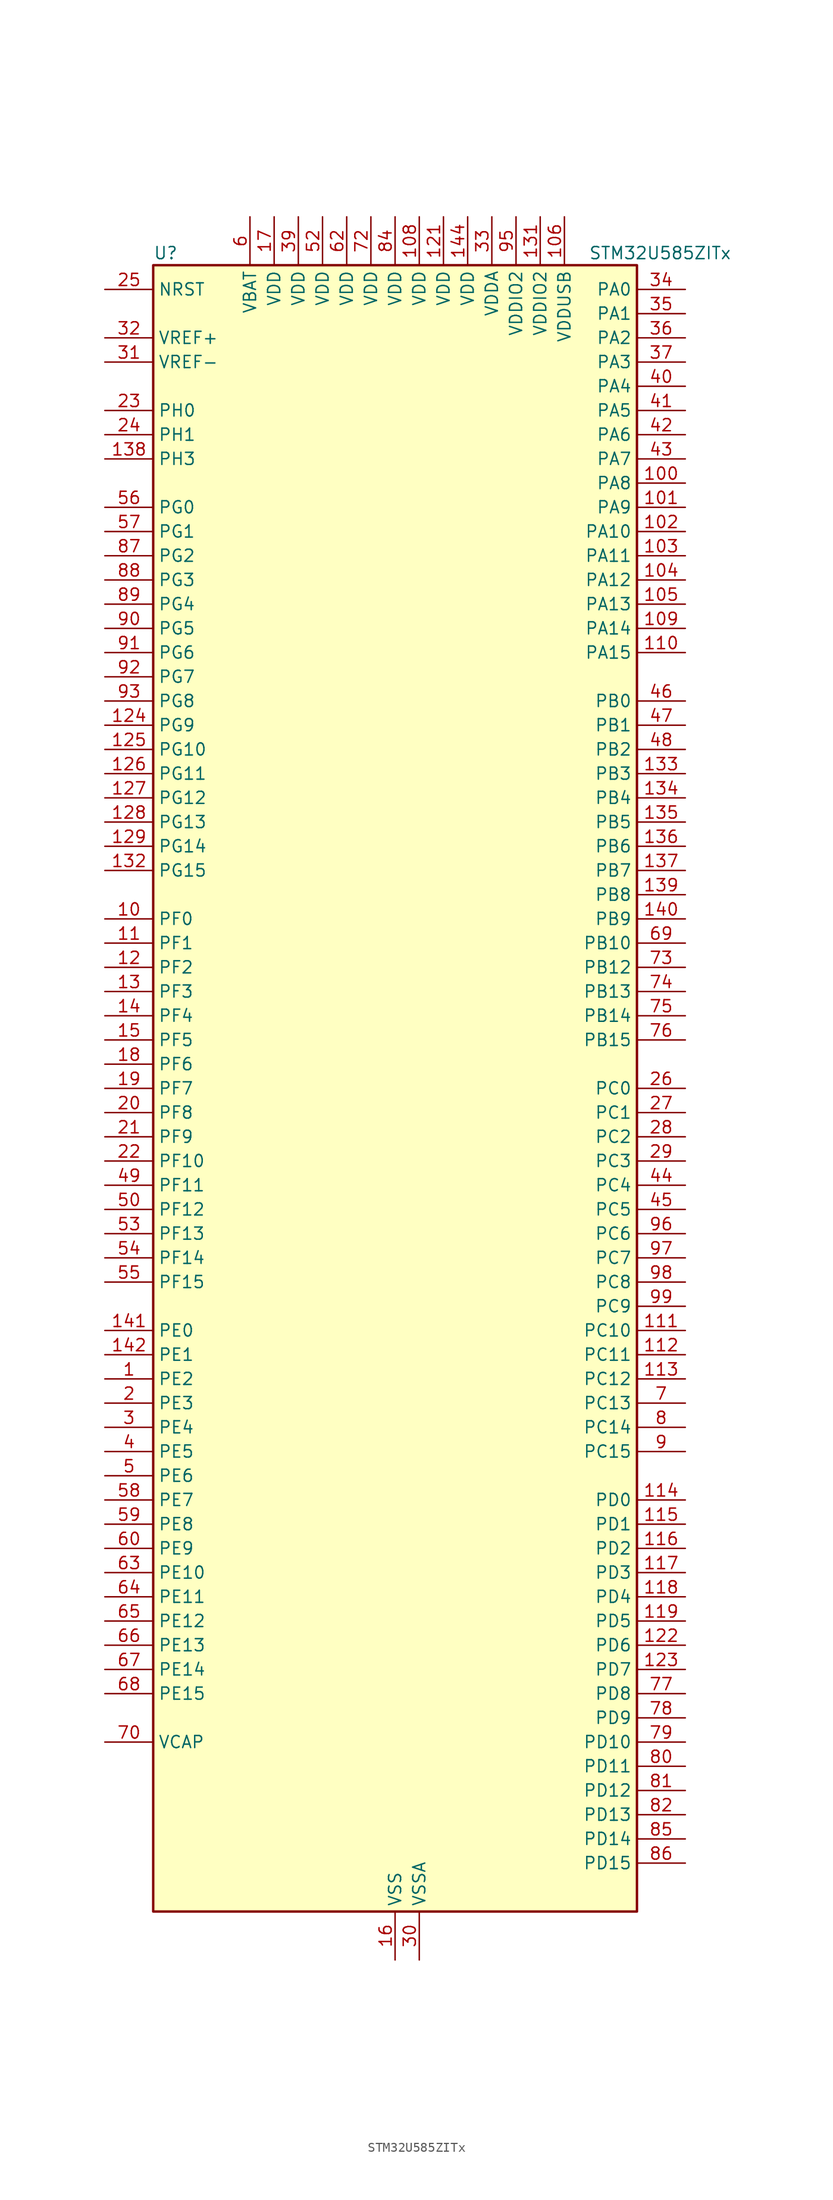
<source format=kicad_sym>
(kicad_symbol_lib
  (version 20211014)
  (generator kicad-library-utils)
  (symbol "STM32U585ZITx"
    (property "Reference" "U"
      (at -25.4 87.63 0)
      (effects (font (size 1.27 1.27)) (justify left)))
    (property "Value" "STM32U585ZITx"
      (at 20.32 87.63 0)
      (effects (font (size 1.27 1.27)) (justify left)))
    (property "ki_fp_filters" "LQFP*20x20mm*P0.5mm*"
      (at 0.0 0.0 0.0)
      (effects (font (size 1.27 1.27))))
    (symbol "STM32U585ZITx_0_1"
      (rectangle (start -25.4 -86.36) (end 25.4 86.36) (stroke (width 0.254)) (fill (type background))))
    (symbol "STM32U585ZITx_1_1"
      (pin input line (at -30.48 83.82 0) (length 5.08) (name "NRST" (effects (font (size 1.27 1.27)))) (number "25" (effects (font (size 1.27 1.27)))))
      (pin input line (at -30.48 78.74 0) (length 5.08) (name "VREF+" (effects (font (size 1.27 1.27)))) (number "32" (effects (font (size 1.27 1.27)))) (alternate "VREFBUF_OUT" bidirectional line))
      (pin input line (at -30.48 76.2 0) (length 5.08) (name "VREF-" (effects (font (size 1.27 1.27)))) (number "31" (effects (font (size 1.27 1.27)))))
      (pin bidirectional line (at -30.48 71.12 0) (length 5.08) (name "PH0" (effects (font (size 1.27 1.27)))) (number "23" (effects (font (size 1.27 1.27)))) (alternate "RCC_OSC_IN" bidirectional line))
      (pin bidirectional line (at -30.48 68.58 0) (length 5.08) (name "PH1" (effects (font (size 1.27 1.27)))) (number "24" (effects (font (size 1.27 1.27)))) (alternate "RCC_OSC_OUT" bidirectional line))
      (pin bidirectional line (at -30.48 66.04 0) (length 5.08) (name "PH3" (effects (font (size 1.27 1.27)))) (number "138" (effects (font (size 1.27 1.27)))))
      (pin bidirectional line (at -30.48 60.96 0) (length 5.08) (name "PG0" (effects (font (size 1.27 1.27)))) (number "56" (effects (font (size 1.27 1.27)))) (alternate "ADC4_IN7" bidirectional line) (alternate "FMC_A10" bidirectional line) (alternate "OCTOSPIM_P2_IO4" bidirectional line) (alternate "TSC_G8_IO3" bidirectional line))
      (pin bidirectional line (at -30.48 58.42 0) (length 5.08) (name "PG1" (effects (font (size 1.27 1.27)))) (number "57" (effects (font (size 1.27 1.27)))) (alternate "ADC4_IN8" bidirectional line) (alternate "FMC_A11" bidirectional line) (alternate "OCTOSPIM_P2_IO5" bidirectional line) (alternate "TSC_G8_IO4" bidirectional line))
      (pin bidirectional line (at -30.48 55.88 0) (length 5.08) (name "PG2" (effects (font (size 1.27 1.27)))) (number "87" (effects (font (size 1.27 1.27)))) (alternate "FMC_A12" bidirectional line) (alternate "SAI2_SCK_B" bidirectional line) (alternate "SPI1_SCK" bidirectional line))
      (pin bidirectional line (at -30.48 53.34 0) (length 5.08) (name "PG3" (effects (font (size 1.27 1.27)))) (number "88" (effects (font (size 1.27 1.27)))) (alternate "FMC_A13" bidirectional line) (alternate "SAI2_FS_B" bidirectional line) (alternate "SPI1_MISO" bidirectional line))
      (pin bidirectional line (at -30.48 50.8 0) (length 5.08) (name "PG4" (effects (font (size 1.27 1.27)))) (number "89" (effects (font (size 1.27 1.27)))) (alternate "FMC_A14" bidirectional line) (alternate "SAI2_MCLK_B" bidirectional line) (alternate "SPI1_MOSI" bidirectional line))
      (pin bidirectional line (at -30.48 48.26 0) (length 5.08) (name "PG5" (effects (font (size 1.27 1.27)))) (number "90" (effects (font (size 1.27 1.27)))) (alternate "FMC_A15" bidirectional line) (alternate "LPUART1_CTS" bidirectional line) (alternate "SAI2_SD_B" bidirectional line) (alternate "SPI1_NSS" bidirectional line))
      (pin bidirectional line (at -30.48 45.72 0) (length 5.08) (name "PG6" (effects (font (size 1.27 1.27)))) (number "91" (effects (font (size 1.27 1.27)))) (alternate "I2C3_SMBA" bidirectional line) (alternate "LPUART1_DE" bidirectional line) (alternate "LPUART1_RTS" bidirectional line) (alternate "OCTOSPIM_P1_DQS" bidirectional line) (alternate "SPI1_RDY" bidirectional line) (alternate "UCPD1_FRSTX1" bidirectional line))
      (pin bidirectional line (at -30.48 43.18 0) (length 5.08) (name "PG7" (effects (font (size 1.27 1.27)))) (number "92" (effects (font (size 1.27 1.27)))) (alternate "FMC_INT" bidirectional line) (alternate "I2C3_SCL" bidirectional line) (alternate "LPUART1_TX" bidirectional line) (alternate "MDF1_CCK0" bidirectional line) (alternate "OCTOSPIM_P2_DQS" bidirectional line) (alternate "SAI1_CK1" bidirectional line) (alternate "SAI1_MCLK_A" bidirectional line) (alternate "UCPD1_FRSTX2" bidirectional line))
      (pin bidirectional line (at -30.48 40.64 0) (length 5.08) (name "PG8" (effects (font (size 1.27 1.27)))) (number "93" (effects (font (size 1.27 1.27)))) (alternate "I2C3_SDA" bidirectional line) (alternate "LPUART1_RX" bidirectional line))
      (pin bidirectional line (at -30.48 38.1 0) (length 5.08) (name "PG9" (effects (font (size 1.27 1.27)))) (number "124" (effects (font (size 1.27 1.27)))) (alternate "DAC1_EXTI9" bidirectional line) (alternate "FMC_NCE" bidirectional line) (alternate "FMC_NE2" bidirectional line) (alternate "OCTOSPIM_P2_IO6" bidirectional line) (alternate "SAI2_SCK_A" bidirectional line) (alternate "SPI3_SCK" bidirectional line) (alternate "TIM15_CH1N" bidirectional line) (alternate "USART1_TX" bidirectional line))
      (pin bidirectional line (at -30.48 35.56 0) (length 5.08) (name "PG10" (effects (font (size 1.27 1.27)))) (number "125" (effects (font (size 1.27 1.27)))) (alternate "FMC_NE3" bidirectional line) (alternate "LPTIM1_IN1" bidirectional line) (alternate "OCTOSPIM_P2_IO7" bidirectional line) (alternate "SAI2_FS_A" bidirectional line) (alternate "SPI3_MISO" bidirectional line) (alternate "TIM15_CH1" bidirectional line) (alternate "USART1_RX" bidirectional line))
      (pin bidirectional line (at -30.48 33.02 0) (length 5.08) (name "PG11" (effects (font (size 1.27 1.27)))) (number "126" (effects (font (size 1.27 1.27)))) (alternate "ADC1_EXTI11" bidirectional line) (alternate "LPTIM1_IN2" bidirectional line) (alternate "OCTOSPIM_P1_IO5" bidirectional line) (alternate "SAI2_MCLK_A" bidirectional line) (alternate "SPI3_MOSI" bidirectional line) (alternate "TIM15_CH2" bidirectional line) (alternate "USART1_CTS" bidirectional line))
      (pin bidirectional line (at -30.48 30.48 0) (length 5.08) (name "PG12" (effects (font (size 1.27 1.27)))) (number "127" (effects (font (size 1.27 1.27)))) (alternate "FMC_NE4" bidirectional line) (alternate "LPTIM1_ETR" bidirectional line) (alternate "OCTOSPIM_P2_NCS" bidirectional line) (alternate "SAI2_SD_A" bidirectional line) (alternate "SPI3_NSS" bidirectional line) (alternate "USART1_DE" bidirectional line) (alternate "USART1_RTS" bidirectional line))
      (pin bidirectional line (at -30.48 27.94 0) (length 5.08) (name "PG13" (effects (font (size 1.27 1.27)))) (number "128" (effects (font (size 1.27 1.27)))) (alternate "FMC_A24" bidirectional line) (alternate "I2C1_SDA" bidirectional line) (alternate "SPI3_RDY" bidirectional line) (alternate "USART1_CK" bidirectional line))
      (pin bidirectional line (at -30.48 25.4 0) (length 5.08) (name "PG14" (effects (font (size 1.27 1.27)))) (number "129" (effects (font (size 1.27 1.27)))) (alternate "FMC_A25" bidirectional line) (alternate "I2C1_SCL" bidirectional line) (alternate "LPTIM1_CH2" bidirectional line))
      (pin bidirectional line (at -30.48 22.86 0) (length 5.08) (name "PG15" (effects (font (size 1.27 1.27)))) (number "132" (effects (font (size 1.27 1.27)))) (alternate "ADC1_EXTI15" bidirectional line) (alternate "ADC4_EXTI15" bidirectional line) (alternate "DCMI_D13" bidirectional line) (alternate "I2C1_SMBA" bidirectional line) (alternate "LPTIM1_CH1" bidirectional line) (alternate "OCTOSPIM_P2_DQS" bidirectional line) (alternate "PSSI_D13" bidirectional line))
      (pin bidirectional line (at -30.48 17.78 0) (length 5.08) (name "PF0" (effects (font (size 1.27 1.27)))) (number "10" (effects (font (size 1.27 1.27)))) (alternate "FMC_A0" bidirectional line) (alternate "I2C2_SDA" bidirectional line) (alternate "OCTOSPIM_P2_IO0" bidirectional line))
      (pin bidirectional line (at -30.48 15.24 0) (length 5.08) (name "PF1" (effects (font (size 1.27 1.27)))) (number "11" (effects (font (size 1.27 1.27)))) (alternate "FMC_A1" bidirectional line) (alternate "I2C2_SCL" bidirectional line) (alternate "OCTOSPIM_P2_IO1" bidirectional line))
      (pin bidirectional line (at -30.48 12.7 0) (length 5.08) (name "PF2" (effects (font (size 1.27 1.27)))) (number "12" (effects (font (size 1.27 1.27)))) (alternate "FMC_A2" bidirectional line) (alternate "I2C2_SMBA" bidirectional line) (alternate "LPTIM3_CH2" bidirectional line) (alternate "OCTOSPIM_P2_IO2" bidirectional line) (alternate "PWR_WKUP8" bidirectional line))
      (pin bidirectional line (at -30.48 10.16 0) (length 5.08) (name "PF3" (effects (font (size 1.27 1.27)))) (number "13" (effects (font (size 1.27 1.27)))) (alternate "FMC_A3" bidirectional line) (alternate "LPTIM3_IN1" bidirectional line) (alternate "OCTOSPIM_P2_IO3" bidirectional line))
      (pin bidirectional line (at -30.48 7.62 0) (length 5.08) (name "PF4" (effects (font (size 1.27 1.27)))) (number "14" (effects (font (size 1.27 1.27)))) (alternate "FMC_A4" bidirectional line) (alternate "LPTIM3_ETR" bidirectional line) (alternate "OCTOSPIM_P2_CLK" bidirectional line))
      (pin bidirectional line (at -30.48 5.08 0) (length 5.08) (name "PF5" (effects (font (size 1.27 1.27)))) (number "15" (effects (font (size 1.27 1.27)))) (alternate "FMC_A5" bidirectional line) (alternate "LPTIM3_CH1" bidirectional line) (alternate "OCTOSPIM_P2_NCLK" bidirectional line))
      (pin bidirectional line (at -30.48 2.54 0) (length 5.08) (name "PF6" (effects (font (size 1.27 1.27)))) (number "18" (effects (font (size 1.27 1.27)))) (alternate "DCMI_D12" bidirectional line) (alternate "OCTOSPIM_P1_IO3" bidirectional line) (alternate "OCTOSPIM_P2_NCS" bidirectional line) (alternate "PSSI_D12" bidirectional line) (alternate "SAI1_SD_B" bidirectional line) (alternate "TIM5_CH1" bidirectional line) (alternate "TIM5_ETR" bidirectional line))
      (pin bidirectional line (at -30.48 0.0 0) (length 5.08) (name "PF7" (effects (font (size 1.27 1.27)))) (number "19" (effects (font (size 1.27 1.27)))) (alternate "FDCAN1_RX" bidirectional line) (alternate "OCTOSPIM_P1_IO2" bidirectional line) (alternate "SAI1_MCLK_B" bidirectional line) (alternate "TIM5_CH2" bidirectional line))
      (pin bidirectional line (at -30.48 -2.54 0) (length 5.08) (name "PF8" (effects (font (size 1.27 1.27)))) (number "20" (effects (font (size 1.27 1.27)))) (alternate "FDCAN1_TX" bidirectional line) (alternate "OCTOSPIM_P1_IO0" bidirectional line) (alternate "PSSI_D14" bidirectional line) (alternate "SAI1_SCK_B" bidirectional line) (alternate "TIM5_CH3" bidirectional line))
      (pin bidirectional line (at -30.48 -5.08 0) (length 5.08) (name "PF9" (effects (font (size 1.27 1.27)))) (number "21" (effects (font (size 1.27 1.27)))) (alternate "DAC1_EXTI9" bidirectional line) (alternate "OCTOSPIM_P1_IO1" bidirectional line) (alternate "PSSI_D15" bidirectional line) (alternate "SAI1_FS_B" bidirectional line) (alternate "TIM15_CH1" bidirectional line) (alternate "TIM5_CH4" bidirectional line))
      (pin bidirectional line (at -30.48 -7.62 0) (length 5.08) (name "PF10" (effects (font (size 1.27 1.27)))) (number "22" (effects (font (size 1.27 1.27)))) (alternate "DCMI_D11" bidirectional line) (alternate "MDF1_CCK1" bidirectional line) (alternate "OCTOSPIM_P1_CLK" bidirectional line) (alternate "PSSI_D11" bidirectional line) (alternate "PSSI_D15" bidirectional line) (alternate "SAI1_D3" bidirectional line) (alternate "TIM15_CH2" bidirectional line))
      (pin bidirectional line (at -30.48 -10.16 0) (length 5.08) (name "PF11" (effects (font (size 1.27 1.27)))) (number "49" (effects (font (size 1.27 1.27)))) (alternate "ADC1_EXTI11" bidirectional line) (alternate "DCMI_D12" bidirectional line) (alternate "LPTIM4_IN1" bidirectional line) (alternate "OCTOSPIM_P1_NCLK" bidirectional line) (alternate "PSSI_D12" bidirectional line))
      (pin bidirectional line (at -30.48 -12.7 0) (length 5.08) (name "PF12" (effects (font (size 1.27 1.27)))) (number "50" (effects (font (size 1.27 1.27)))) (alternate "FMC_A6" bidirectional line) (alternate "LPTIM4_ETR" bidirectional line) (alternate "OCTOSPIM_P2_DQS" bidirectional line))
      (pin bidirectional line (at -30.48 -15.24 0) (length 5.08) (name "PF13" (effects (font (size 1.27 1.27)))) (number "53" (effects (font (size 1.27 1.27)))) (alternate "FMC_A7" bidirectional line) (alternate "I2C4_SMBA" bidirectional line) (alternate "LPTIM4_OUT" bidirectional line) (alternate "UCPD1_FRSTX2" bidirectional line))
      (pin bidirectional line (at -30.48 -17.78 0) (length 5.08) (name "PF14" (effects (font (size 1.27 1.27)))) (number "54" (effects (font (size 1.27 1.27)))) (alternate "ADC4_IN5" bidirectional line) (alternate "FMC_A8" bidirectional line) (alternate "I2C4_SCL" bidirectional line) (alternate "TSC_G8_IO1" bidirectional line))
      (pin bidirectional line (at -30.48 -20.32 0) (length 5.08) (name "PF15" (effects (font (size 1.27 1.27)))) (number "55" (effects (font (size 1.27 1.27)))) (alternate "ADC1_EXTI15" bidirectional line) (alternate "ADC4_EXTI15" bidirectional line) (alternate "ADC4_IN6" bidirectional line) (alternate "FMC_A9" bidirectional line) (alternate "I2C4_SDA" bidirectional line) (alternate "TSC_G8_IO2" bidirectional line))
      (pin bidirectional line (at -30.48 -25.4 0) (length 5.08) (name "PE0" (effects (font (size 1.27 1.27)))) (number "141" (effects (font (size 1.27 1.27)))) (alternate "DCMI_D2" bidirectional line) (alternate "FMC_NBL0" bidirectional line) (alternate "PSSI_D2" bidirectional line) (alternate "TIM16_CH1" bidirectional line) (alternate "TIM4_ETR" bidirectional line))
      (pin bidirectional line (at -30.48 -27.94 0) (length 5.08) (name "PE1" (effects (font (size 1.27 1.27)))) (number "142" (effects (font (size 1.27 1.27)))) (alternate "DCMI_D3" bidirectional line) (alternate "FMC_NBL1" bidirectional line) (alternate "PSSI_D3" bidirectional line) (alternate "TIM17_CH1" bidirectional line))
      (pin bidirectional line (at -30.48 -30.48 0) (length 5.08) (name "PE2" (effects (font (size 1.27 1.27)))) (number "1" (effects (font (size 1.27 1.27)))) (alternate "DEBUG_TRACECLK" bidirectional line) (alternate "FMC_A23" bidirectional line) (alternate "SAI1_CK1" bidirectional line) (alternate "SAI1_MCLK_A" bidirectional line) (alternate "TIM3_ETR" bidirectional line) (alternate "TSC_G7_IO1" bidirectional line))
      (pin bidirectional line (at -30.48 -33.02 0) (length 5.08) (name "PE3" (effects (font (size 1.27 1.27)))) (number "2" (effects (font (size 1.27 1.27)))) (alternate "DEBUG_TRACED0" bidirectional line) (alternate "FMC_A19" bidirectional line) (alternate "OCTOSPIM_P1_DQS" bidirectional line) (alternate "SAI1_SD_B" bidirectional line) (alternate "TAMP_IN6" bidirectional line) (alternate "TAMP_OUT3" bidirectional line) (alternate "TIM3_CH1" bidirectional line) (alternate "TSC_G7_IO2" bidirectional line))
      (pin bidirectional line (at -30.48 -35.56 0) (length 5.08) (name "PE4" (effects (font (size 1.27 1.27)))) (number "3" (effects (font (size 1.27 1.27)))) (alternate "DCMI_D4" bidirectional line) (alternate "DEBUG_TRACED1" bidirectional line) (alternate "FMC_A20" bidirectional line) (alternate "MDF1_SDI3" bidirectional line) (alternate "PSSI_D4" bidirectional line) (alternate "PWR_WKUP1" bidirectional line) (alternate "SAI1_D2" bidirectional line) (alternate "SAI1_FS_A" bidirectional line) (alternate "TAMP_IN7" bidirectional line) (alternate "TAMP_OUT8" bidirectional line) (alternate "TIM3_CH2" bidirectional line) (alternate "TSC_G7_IO3" bidirectional line))
      (pin bidirectional line (at -30.48 -38.1 0) (length 5.08) (name "PE5" (effects (font (size 1.27 1.27)))) (number "4" (effects (font (size 1.27 1.27)))) (alternate "DCMI_D6" bidirectional line) (alternate "DEBUG_TRACED2" bidirectional line) (alternate "FMC_A21" bidirectional line) (alternate "MDF1_CKI3" bidirectional line) (alternate "PSSI_D6" bidirectional line) (alternate "PWR_WKUP2" bidirectional line) (alternate "SAI1_CK2" bidirectional line) (alternate "SAI1_SCK_A" bidirectional line) (alternate "TAMP_IN8" bidirectional line) (alternate "TAMP_OUT7" bidirectional line) (alternate "TIM3_CH3" bidirectional line) (alternate "TSC_G7_IO4" bidirectional line))
      (pin bidirectional line (at -30.48 -40.64 0) (length 5.08) (name "PE6" (effects (font (size 1.27 1.27)))) (number "5" (effects (font (size 1.27 1.27)))) (alternate "DCMI_D7" bidirectional line) (alternate "DEBUG_TRACED3" bidirectional line) (alternate "FMC_A22" bidirectional line) (alternate "PSSI_D7" bidirectional line) (alternate "PWR_WKUP3" bidirectional line) (alternate "SAI1_D1" bidirectional line) (alternate "SAI1_SD_A" bidirectional line) (alternate "TAMP_IN3" bidirectional line) (alternate "TAMP_OUT6" bidirectional line) (alternate "TIM3_CH4" bidirectional line))
      (pin bidirectional line (at -30.48 -43.18 0) (length 5.08) (name "PE7" (effects (font (size 1.27 1.27)))) (number "58" (effects (font (size 1.27 1.27)))) (alternate "FMC_D4" bidirectional line) (alternate "FMC_DA4" bidirectional line) (alternate "MDF1_SDI2" bidirectional line) (alternate "PWR_WKUP6" bidirectional line) (alternate "SAI1_SD_B" bidirectional line) (alternate "TIM1_ETR" bidirectional line))
      (pin bidirectional line (at -30.48 -45.72 0) (length 5.08) (name "PE8" (effects (font (size 1.27 1.27)))) (number "59" (effects (font (size 1.27 1.27)))) (alternate "FMC_D5" bidirectional line) (alternate "FMC_DA5" bidirectional line) (alternate "MDF1_CKI2" bidirectional line) (alternate "PWR_WKUP7" bidirectional line) (alternate "SAI1_SCK_B" bidirectional line) (alternate "TIM1_CH1N" bidirectional line))
      (pin bidirectional line (at -30.48 -48.26 0) (length 5.08) (name "PE9" (effects (font (size 1.27 1.27)))) (number "60" (effects (font (size 1.27 1.27)))) (alternate "ADF1_CCK0" bidirectional line) (alternate "DAC1_EXTI9" bidirectional line) (alternate "FMC_D6" bidirectional line) (alternate "FMC_DA6" bidirectional line) (alternate "MDF1_CCK0" bidirectional line) (alternate "OCTOSPIM_P1_NCLK" bidirectional line) (alternate "SAI1_FS_B" bidirectional line) (alternate "TIM1_CH1" bidirectional line))
      (pin bidirectional line (at -30.48 -50.8 0) (length 5.08) (name "PE10" (effects (font (size 1.27 1.27)))) (number "63" (effects (font (size 1.27 1.27)))) (alternate "ADF1_SDI0" bidirectional line) (alternate "FMC_D7" bidirectional line) (alternate "FMC_DA7" bidirectional line) (alternate "MDF1_SDI4" bidirectional line) (alternate "OCTOSPIM_P1_CLK" bidirectional line) (alternate "SAI1_MCLK_B" bidirectional line) (alternate "TIM1_CH2N" bidirectional line) (alternate "TSC_G5_IO1" bidirectional line))
      (pin bidirectional line (at -30.48 -53.34 0) (length 5.08) (name "PE11" (effects (font (size 1.27 1.27)))) (number "64" (effects (font (size 1.27 1.27)))) (alternate "ADC1_EXTI11" bidirectional line) (alternate "FMC_D8" bidirectional line) (alternate "FMC_DA8" bidirectional line) (alternate "MDF1_CKI4" bidirectional line) (alternate "OCTOSPIM_P1_NCS" bidirectional line) (alternate "SPI1_RDY" bidirectional line) (alternate "TIM1_CH2" bidirectional line) (alternate "TSC_G5_IO2" bidirectional line))
      (pin bidirectional line (at -30.48 -55.88 0) (length 5.08) (name "PE12" (effects (font (size 1.27 1.27)))) (number "65" (effects (font (size 1.27 1.27)))) (alternate "FMC_D9" bidirectional line) (alternate "FMC_DA9" bidirectional line) (alternate "MDF1_SDI5" bidirectional line) (alternate "OCTOSPIM_P1_IO0" bidirectional line) (alternate "SPI1_NSS" bidirectional line) (alternate "TIM1_CH3N" bidirectional line) (alternate "TSC_G5_IO3" bidirectional line))
      (pin bidirectional line (at -30.48 -58.42 0) (length 5.08) (name "PE13" (effects (font (size 1.27 1.27)))) (number "66" (effects (font (size 1.27 1.27)))) (alternate "FMC_D10" bidirectional line) (alternate "FMC_DA10" bidirectional line) (alternate "MDF1_CKI5" bidirectional line) (alternate "OCTOSPIM_P1_IO1" bidirectional line) (alternate "SPI1_SCK" bidirectional line) (alternate "TIM1_CH3" bidirectional line) (alternate "TSC_G5_IO4" bidirectional line))
      (pin bidirectional line (at -30.48 -60.96 0) (length 5.08) (name "PE14" (effects (font (size 1.27 1.27)))) (number "67" (effects (font (size 1.27 1.27)))) (alternate "FMC_D11" bidirectional line) (alternate "FMC_DA11" bidirectional line) (alternate "OCTOSPIM_P1_IO2" bidirectional line) (alternate "SPI1_MISO" bidirectional line) (alternate "TIM1_BKIN2" bidirectional line) (alternate "TIM1_CH4" bidirectional line))
      (pin bidirectional line (at -30.48 -63.5 0) (length 5.08) (name "PE15" (effects (font (size 1.27 1.27)))) (number "68" (effects (font (size 1.27 1.27)))) (alternate "ADC1_EXTI15" bidirectional line) (alternate "ADC4_EXTI15" bidirectional line) (alternate "FMC_D12" bidirectional line) (alternate "FMC_DA12" bidirectional line) (alternate "OCTOSPIM_P1_IO3" bidirectional line) (alternate "SPI1_MOSI" bidirectional line) (alternate "TIM1_BKIN" bidirectional line) (alternate "TIM1_CH4N" bidirectional line))
      (pin power_out line (at -30.48 -68.58 0) (length 5.08) (name "VCAP" (effects (font (size 1.27 1.27)))) (number "70" (effects (font (size 1.27 1.27)))))
      (pin bidirectional line (at 30.48 83.82 180) (length 5.08) (name "PA0" (effects (font (size 1.27 1.27)))) (number "34" (effects (font (size 1.27 1.27)))) (alternate "ADC1_IN5" bidirectional line) (alternate "AUDIOCLK" bidirectional line) (alternate "OCTOSPIM_P2_NCS" bidirectional line) (alternate "OPAMP1_VINP" bidirectional line) (alternate "PWR_WKUP1" bidirectional line) (alternate "SDMMC2_CMD" bidirectional line) (alternate "SPI3_RDY" bidirectional line) (alternate "TAMP_IN2" bidirectional line) (alternate "TAMP_OUT1" bidirectional line) (alternate "TIM2_CH1" bidirectional line) (alternate "TIM2_ETR" bidirectional line) (alternate "TIM5_CH1" bidirectional line) (alternate "TIM8_ETR" bidirectional line) (alternate "UART4_TX" bidirectional line) (alternate "USART2_CTS" bidirectional line))
      (pin bidirectional line (at 30.48 81.28 180) (length 5.08) (name "PA1" (effects (font (size 1.27 1.27)))) (number "35" (effects (font (size 1.27 1.27)))) (alternate "ADC1_IN6" bidirectional line) (alternate "I2C1_SMBA" bidirectional line) (alternate "LPTIM1_CH2" bidirectional line) (alternate "OCTOSPIM_P1_DQS" bidirectional line) (alternate "OPAMP1_VINM" bidirectional line) (alternate "PWR_WKUP3" bidirectional line) (alternate "SPI1_SCK" bidirectional line) (alternate "TAMP_IN5" bidirectional line) (alternate "TAMP_OUT4" bidirectional line) (alternate "TIM15_CH1N" bidirectional line) (alternate "TIM2_CH2" bidirectional line) (alternate "TIM5_CH2" bidirectional line) (alternate "UART4_RX" bidirectional line) (alternate "USART2_DE" bidirectional line) (alternate "USART2_RTS" bidirectional line))
      (pin bidirectional line (at 30.48 78.74 180) (length 5.08) (name "PA2" (effects (font (size 1.27 1.27)))) (number "36" (effects (font (size 1.27 1.27)))) (alternate "ADC1_IN7" bidirectional line) (alternate "COMP1_INP" bidirectional line) (alternate "LPUART1_TX" bidirectional line) (alternate "OCTOSPIM_P1_NCS" bidirectional line) (alternate "PWR_WKUP4" bidirectional line) (alternate "RCC_LSCO" bidirectional line) (alternate "SPI1_RDY" bidirectional line) (alternate "TIM15_CH1" bidirectional line) (alternate "TIM2_CH3" bidirectional line) (alternate "TIM5_CH3" bidirectional line) (alternate "UCPD1_FRSTX1" bidirectional line) (alternate "USART2_TX" bidirectional line))
      (pin bidirectional line (at 30.48 76.2 180) (length 5.08) (name "PA3" (effects (font (size 1.27 1.27)))) (number "37" (effects (font (size 1.27 1.27)))) (alternate "ADC1_IN8" bidirectional line) (alternate "LPUART1_RX" bidirectional line) (alternate "OCTOSPIM_P1_CLK" bidirectional line) (alternate "OPAMP1_VOUT" bidirectional line) (alternate "PWR_WKUP5" bidirectional line) (alternate "SAI1_CK1" bidirectional line) (alternate "SAI1_MCLK_A" bidirectional line) (alternate "TIM15_CH2" bidirectional line) (alternate "TIM2_CH4" bidirectional line) (alternate "TIM5_CH4" bidirectional line) (alternate "USART2_RX" bidirectional line))
      (pin bidirectional line (at 30.48 73.66 180) (length 5.08) (name "PA4" (effects (font (size 1.27 1.27)))) (number "40" (effects (font (size 1.27 1.27)))) (alternate "ADC1_IN9" bidirectional line) (alternate "ADC4_IN9" bidirectional line) (alternate "DAC1_OUT1" bidirectional line) (alternate "DCMI_HSYNC" bidirectional line) (alternate "LPTIM2_CH1" bidirectional line) (alternate "OCTOSPIM_P1_NCS" bidirectional line) (alternate "PSSI_DE" bidirectional line) (alternate "PWR_WKUP2" bidirectional line) (alternate "SAI1_FS_B" bidirectional line) (alternate "SPI1_NSS" bidirectional line) (alternate "SPI3_NSS" bidirectional line) (alternate "USART2_CK" bidirectional line))
      (pin bidirectional line (at 30.48 71.12 180) (length 5.08) (name "PA5" (effects (font (size 1.27 1.27)))) (number "41" (effects (font (size 1.27 1.27)))) (alternate "ADC1_IN10" bidirectional line) (alternate "ADC4_IN10" bidirectional line) (alternate "DAC1_OUT2" bidirectional line) (alternate "LPTIM2_ETR" bidirectional line) (alternate "PSSI_D14" bidirectional line) (alternate "PWR_CSLEEP" bidirectional line) (alternate "PWR_WKUP6" bidirectional line) (alternate "SPI1_SCK" bidirectional line) (alternate "TIM2_CH1" bidirectional line) (alternate "TIM2_ETR" bidirectional line) (alternate "TIM8_CH1N" bidirectional line) (alternate "USART3_RX" bidirectional line))
      (pin bidirectional line (at 30.48 68.58 180) (length 5.08) (name "PA6" (effects (font (size 1.27 1.27)))) (number "42" (effects (font (size 1.27 1.27)))) (alternate "ADC1_IN11" bidirectional line) (alternate "ADC4_IN11" bidirectional line) (alternate "DCMI_PIXCLK" bidirectional line) (alternate "LPUART1_CTS" bidirectional line) (alternate "OCTOSPIM_P1_IO3" bidirectional line) (alternate "OPAMP2_VINP" bidirectional line) (alternate "PSSI_PDCK" bidirectional line) (alternate "PWR_CDSTOP" bidirectional line) (alternate "PWR_WKUP7" bidirectional line) (alternate "SPI1_MISO" bidirectional line) (alternate "TIM16_CH1" bidirectional line) (alternate "TIM1_BKIN" bidirectional line) (alternate "TIM3_CH1" bidirectional line) (alternate "TIM8_BKIN" bidirectional line) (alternate "USART3_CTS" bidirectional line))
      (pin bidirectional line (at 30.48 66.04 180) (length 5.08) (name "PA7" (effects (font (size 1.27 1.27)))) (number "43" (effects (font (size 1.27 1.27)))) (alternate "ADC1_IN12" bidirectional line) (alternate "ADC4_IN20" bidirectional line) (alternate "I2C3_SCL" bidirectional line) (alternate "LPTIM2_CH2" bidirectional line) (alternate "OCTOSPIM_P1_IO2" bidirectional line) (alternate "OPAMP2_VINM" bidirectional line) (alternate "PWR_SRDSTOP" bidirectional line) (alternate "PWR_WKUP8" bidirectional line) (alternate "SPI1_MOSI" bidirectional line) (alternate "TIM17_CH1" bidirectional line) (alternate "TIM1_CH1N" bidirectional line) (alternate "TIM3_CH2" bidirectional line) (alternate "TIM8_CH1N" bidirectional line) (alternate "USART3_TX" bidirectional line))
      (pin bidirectional line (at 30.48 63.5 180) (length 5.08) (name "PA8" (effects (font (size 1.27 1.27)))) (number "100" (effects (font (size 1.27 1.27)))) (alternate "DEBUG_TRACECLK" bidirectional line) (alternate "LPTIM2_CH1" bidirectional line) (alternate "RCC_MCO" bidirectional line) (alternate "SAI1_CK2" bidirectional line) (alternate "SAI1_SCK_A" bidirectional line) (alternate "SPI1_RDY" bidirectional line) (alternate "TIM1_CH1" bidirectional line) (alternate "USART1_CK" bidirectional line) (alternate "USB_OTG_FS_SOF" bidirectional line))
      (pin bidirectional line (at 30.48 60.96 180) (length 5.08) (name "PA9" (effects (font (size 1.27 1.27)))) (number "101" (effects (font (size 1.27 1.27)))) (alternate "DAC1_EXTI9" bidirectional line) (alternate "DCMI_D0" bidirectional line) (alternate "PSSI_D0" bidirectional line) (alternate "SAI1_FS_A" bidirectional line) (alternate "SPI2_SCK" bidirectional line) (alternate "TIM15_BKIN" bidirectional line) (alternate "TIM1_CH2" bidirectional line) (alternate "USART1_TX" bidirectional line) (alternate "USB_OTG_FS_VBUS" bidirectional line))
      (pin bidirectional line (at 30.48 58.42 180) (length 5.08) (name "PA10" (effects (font (size 1.27 1.27)))) (number "102" (effects (font (size 1.27 1.27)))) (alternate "CRS_SYNC" bidirectional line) (alternate "DCMI_D1" bidirectional line) (alternate "LPTIM2_IN2" bidirectional line) (alternate "PSSI_D1" bidirectional line) (alternate "SAI1_D1" bidirectional line) (alternate "SAI1_SD_A" bidirectional line) (alternate "TIM17_BKIN" bidirectional line) (alternate "TIM1_CH3" bidirectional line) (alternate "USART1_RX" bidirectional line) (alternate "USB_OTG_FS_ID" bidirectional line))
      (pin bidirectional line (at 30.48 55.88 180) (length 5.08) (name "PA11" (effects (font (size 1.27 1.27)))) (number "103" (effects (font (size 1.27 1.27)))) (alternate "ADC1_EXTI11" bidirectional line) (alternate "FDCAN1_RX" bidirectional line) (alternate "SPI1_MISO" bidirectional line) (alternate "TIM1_BKIN2" bidirectional line) (alternate "TIM1_CH4" bidirectional line) (alternate "USART1_CTS" bidirectional line) (alternate "USB_OTG_FS_DM" bidirectional line))
      (pin bidirectional line (at 30.48 53.34 180) (length 5.08) (name "PA12" (effects (font (size 1.27 1.27)))) (number "104" (effects (font (size 1.27 1.27)))) (alternate "FDCAN1_TX" bidirectional line) (alternate "OCTOSPIM_P2_NCS" bidirectional line) (alternate "SPI1_MOSI" bidirectional line) (alternate "TIM1_ETR" bidirectional line) (alternate "USART1_DE" bidirectional line) (alternate "USART1_RTS" bidirectional line) (alternate "USB_OTG_FS_DP" bidirectional line))
      (pin bidirectional line (at 30.48 50.8 180) (length 5.08) (name "PA13" (effects (font (size 1.27 1.27)))) (number "105" (effects (font (size 1.27 1.27)))) (alternate "DEBUG_JTMS-SWDIO" bidirectional line) (alternate "IR_OUT" bidirectional line) (alternate "SAI1_SD_B" bidirectional line) (alternate "USB_OTG_FS_NOE" bidirectional line))
      (pin bidirectional line (at 30.48 48.26 180) (length 5.08) (name "PA14" (effects (font (size 1.27 1.27)))) (number "109" (effects (font (size 1.27 1.27)))) (alternate "DEBUG_JTCK-SWCLK" bidirectional line) (alternate "I2C1_SMBA" bidirectional line) (alternate "I2C4_SMBA" bidirectional line) (alternate "LPTIM1_CH1" bidirectional line) (alternate "SAI1_FS_B" bidirectional line) (alternate "USB_OTG_FS_SOF" bidirectional line))
      (pin bidirectional line (at 30.48 45.72 180) (length 5.08) (name "PA15" (effects (font (size 1.27 1.27)))) (number "110" (effects (font (size 1.27 1.27)))) (alternate "ADC1_EXTI15" bidirectional line) (alternate "ADC4_EXTI15" bidirectional line) (alternate "DEBUG_JTDI" bidirectional line) (alternate "SAI2_FS_B" bidirectional line) (alternate "SPI1_NSS" bidirectional line) (alternate "SPI3_NSS" bidirectional line) (alternate "TIM2_CH1" bidirectional line) (alternate "TIM2_ETR" bidirectional line) (alternate "UART4_DE" bidirectional line) (alternate "UART4_RTS" bidirectional line) (alternate "UCPD1_CC1" bidirectional line) (alternate "USART2_RX" bidirectional line) (alternate "USART3_DE" bidirectional line) (alternate "USART3_RTS" bidirectional line))
      (pin bidirectional line (at 30.48 40.64 180) (length 5.08) (name "PB0" (effects (font (size 1.27 1.27)))) (number "46" (effects (font (size 1.27 1.27)))) (alternate "ADC1_IN15" bidirectional line) (alternate "ADC4_IN18" bidirectional line) (alternate "AUDIOCLK" bidirectional line) (alternate "COMP1_OUT" bidirectional line) (alternate "LPTIM3_CH1" bidirectional line) (alternate "OCTOSPIM_P1_IO1" bidirectional line) (alternate "OPAMP2_VOUT" bidirectional line) (alternate "SPI1_NSS" bidirectional line) (alternate "TIM1_CH2N" bidirectional line) (alternate "TIM3_CH3" bidirectional line) (alternate "TIM8_CH2N" bidirectional line) (alternate "USART3_CK" bidirectional line))
      (pin bidirectional line (at 30.48 38.1 180) (length 5.08) (name "PB1" (effects (font (size 1.27 1.27)))) (number "47" (effects (font (size 1.27 1.27)))) (alternate "ADC1_IN16" bidirectional line) (alternate "ADC4_IN19" bidirectional line) (alternate "COMP1_INM" bidirectional line) (alternate "LPTIM2_IN1" bidirectional line) (alternate "LPTIM3_CH2" bidirectional line) (alternate "LPUART1_DE" bidirectional line) (alternate "LPUART1_RTS" bidirectional line) (alternate "MDF1_SDI0" bidirectional line) (alternate "OCTOSPIM_P1_IO0" bidirectional line) (alternate "PWR_WKUP4" bidirectional line) (alternate "TIM1_CH3N" bidirectional line) (alternate "TIM3_CH4" bidirectional line) (alternate "TIM8_CH3N" bidirectional line) (alternate "USART3_DE" bidirectional line) (alternate "USART3_RTS" bidirectional line))
      (pin bidirectional line (at 30.48 35.56 180) (length 5.08) (name "PB2" (effects (font (size 1.27 1.27)))) (number "48" (effects (font (size 1.27 1.27)))) (alternate "ADC1_IN17" bidirectional line) (alternate "COMP1_INP" bidirectional line) (alternate "I2C3_SMBA" bidirectional line) (alternate "LPTIM1_CH1" bidirectional line) (alternate "MDF1_CKI0" bidirectional line) (alternate "OCTOSPIM_P1_DQS" bidirectional line) (alternate "PWR_WKUP1" bidirectional line) (alternate "RTC_OUT2" bidirectional line) (alternate "SPI1_RDY" bidirectional line) (alternate "TIM8_CH4N" bidirectional line) (alternate "UCPD1_FRSTX1" bidirectional line))
      (pin bidirectional line (at 30.48 33.02 180) (length 5.08) (name "PB3" (effects (font (size 1.27 1.27)))) (number "133" (effects (font (size 1.27 1.27)))) (alternate "ADF1_CCK0" bidirectional line) (alternate "COMP2_INM" bidirectional line) (alternate "CRS_SYNC" bidirectional line) (alternate "DEBUG_JTDO-SWO" bidirectional line) (alternate "I2C1_SDA" bidirectional line) (alternate "LPTIM1_CH1" bidirectional line) (alternate "SAI1_SCK_B" bidirectional line) (alternate "SDMMC2_D2" bidirectional line) (alternate "SPI1_SCK" bidirectional line) (alternate "SPI3_SCK" bidirectional line) (alternate "TIM2_CH2" bidirectional line) (alternate "USART1_DE" bidirectional line) (alternate "USART1_RTS" bidirectional line))
      (pin bidirectional line (at 30.48 30.48 180) (length 5.08) (name "PB4" (effects (font (size 1.27 1.27)))) (number "134" (effects (font (size 1.27 1.27)))) (alternate "ADF1_SDI0" bidirectional line) (alternate "COMP2_INP" bidirectional line) (alternate "DCMI_D12" bidirectional line) (alternate "DEBUG_JTRST" bidirectional line) (alternate "I2C3_SDA" bidirectional line) (alternate "LPTIM1_CH2" bidirectional line) (alternate "PSSI_D12" bidirectional line) (alternate "SAI1_MCLK_B" bidirectional line) (alternate "SDMMC2_D3" bidirectional line) (alternate "SPI1_MISO" bidirectional line) (alternate "SPI3_MISO" bidirectional line) (alternate "TIM17_BKIN" bidirectional line) (alternate "TIM3_CH1" bidirectional line) (alternate "TSC_G2_IO1" bidirectional line) (alternate "UART5_DE" bidirectional line) (alternate "UART5_RTS" bidirectional line) (alternate "USART1_CTS" bidirectional line))
      (pin bidirectional line (at 30.48 27.94 180) (length 5.08) (name "PB5" (effects (font (size 1.27 1.27)))) (number "135" (effects (font (size 1.27 1.27)))) (alternate "COMP2_OUT" bidirectional line) (alternate "DCMI_D10" bidirectional line) (alternate "I2C1_SMBA" bidirectional line) (alternate "LPTIM1_IN1" bidirectional line) (alternate "OCTOSPIM_P1_NCLK" bidirectional line) (alternate "PSSI_D10" bidirectional line) (alternate "PWR_WKUP6" bidirectional line) (alternate "SAI1_SD_B" bidirectional line) (alternate "SPI1_MOSI" bidirectional line) (alternate "SPI3_MOSI" bidirectional line) (alternate "TIM16_BKIN" bidirectional line) (alternate "TIM3_CH2" bidirectional line) (alternate "TSC_G2_IO2" bidirectional line) (alternate "UART5_CTS" bidirectional line) (alternate "UCPD1_DBCC1" bidirectional line) (alternate "USART1_CK" bidirectional line))
      (pin bidirectional line (at 30.48 25.4 180) (length 5.08) (name "PB6" (effects (font (size 1.27 1.27)))) (number "136" (effects (font (size 1.27 1.27)))) (alternate "COMP2_INP" bidirectional line) (alternate "DCMI_D5" bidirectional line) (alternate "I2C1_SCL" bidirectional line) (alternate "I2C4_SCL" bidirectional line) (alternate "LPTIM1_ETR" bidirectional line) (alternate "MDF1_SDI5" bidirectional line) (alternate "PSSI_D5" bidirectional line) (alternate "PWR_WKUP3" bidirectional line) (alternate "SAI1_FS_B" bidirectional line) (alternate "TIM16_CH1N" bidirectional line) (alternate "TIM4_CH1" bidirectional line) (alternate "TIM8_BKIN2" bidirectional line) (alternate "TSC_G2_IO3" bidirectional line) (alternate "USART1_TX" bidirectional line))
      (pin bidirectional line (at 30.48 22.86 180) (length 5.08) (name "PB7" (effects (font (size 1.27 1.27)))) (number "137" (effects (font (size 1.27 1.27)))) (alternate "COMP2_INM" bidirectional line) (alternate "DCMI_VSYNC" bidirectional line) (alternate "FMC_NL" bidirectional line) (alternate "I2C1_SDA" bidirectional line) (alternate "I2C4_SDA" bidirectional line) (alternate "LPTIM1_IN2" bidirectional line) (alternate "MDF1_CKI5" bidirectional line) (alternate "PSSI_RDY" bidirectional line) (alternate "PWR_PVD_IN" bidirectional line) (alternate "PWR_WKUP4" bidirectional line) (alternate "TIM17_CH1N" bidirectional line) (alternate "TIM4_CH2" bidirectional line) (alternate "TIM8_BKIN" bidirectional line) (alternate "TSC_G2_IO4" bidirectional line) (alternate "UART4_CTS" bidirectional line) (alternate "USART1_RX" bidirectional line))
      (pin bidirectional line (at 30.48 20.32 180) (length 5.08) (name "PB8" (effects (font (size 1.27 1.27)))) (number "139" (effects (font (size 1.27 1.27)))) (alternate "DCMI_D6" bidirectional line) (alternate "FDCAN1_RX" bidirectional line) (alternate "I2C1_SCL" bidirectional line) (alternate "MDF1_CCK0" bidirectional line) (alternate "PSSI_D6" bidirectional line) (alternate "PWR_WKUP5" bidirectional line) (alternate "SAI1_CK1" bidirectional line) (alternate "SAI1_MCLK_A" bidirectional line) (alternate "SDMMC1_CKIN" bidirectional line) (alternate "SDMMC1_D4" bidirectional line) (alternate "SDMMC2_D4" bidirectional line) (alternate "SPI3_RDY" bidirectional line) (alternate "TIM16_CH1" bidirectional line) (alternate "TIM4_CH3" bidirectional line))
      (pin bidirectional line (at 30.48 17.78 180) (length 5.08) (name "PB9" (effects (font (size 1.27 1.27)))) (number "140" (effects (font (size 1.27 1.27)))) (alternate "DAC1_EXTI9" bidirectional line) (alternate "DCMI_D7" bidirectional line) (alternate "FDCAN1_TX" bidirectional line) (alternate "I2C1_SDA" bidirectional line) (alternate "IR_OUT" bidirectional line) (alternate "PSSI_D7" bidirectional line) (alternate "SAI1_D2" bidirectional line) (alternate "SAI1_FS_A" bidirectional line) (alternate "SDMMC1_CDIR" bidirectional line) (alternate "SDMMC1_D5" bidirectional line) (alternate "SDMMC2_D5" bidirectional line) (alternate "SPI2_NSS" bidirectional line) (alternate "TIM17_CH1" bidirectional line) (alternate "TIM4_CH4" bidirectional line))
      (pin bidirectional line (at 30.48 15.24 180) (length 5.08) (name "PB10" (effects (font (size 1.27 1.27)))) (number "69" (effects (font (size 1.27 1.27)))) (alternate "COMP1_OUT" bidirectional line) (alternate "I2C2_SCL" bidirectional line) (alternate "I2C4_SCL" bidirectional line) (alternate "LPTIM3_CH1" bidirectional line) (alternate "LPUART1_RX" bidirectional line) (alternate "OCTOSPIM_P1_CLK" bidirectional line) (alternate "PWR_WKUP8" bidirectional line) (alternate "SAI1_SCK_A" bidirectional line) (alternate "SPI2_SCK" bidirectional line) (alternate "TIM2_CH3" bidirectional line) (alternate "TSC_SYNC" bidirectional line) (alternate "USART3_TX" bidirectional line))
      (pin bidirectional line (at 30.48 12.7 180) (length 5.08) (name "PB12" (effects (font (size 1.27 1.27)))) (number "73" (effects (font (size 1.27 1.27)))) (alternate "I2C2_SMBA" bidirectional line) (alternate "LPUART1_DE" bidirectional line) (alternate "LPUART1_RTS" bidirectional line) (alternate "MDF1_SDI1" bidirectional line) (alternate "OCTOSPIM_P1_NCLK" bidirectional line) (alternate "SAI2_FS_A" bidirectional line) (alternate "SPI2_NSS" bidirectional line) (alternate "TIM15_BKIN" bidirectional line) (alternate "TIM1_BKIN" bidirectional line) (alternate "TSC_G1_IO1" bidirectional line) (alternate "USART3_CK" bidirectional line))
      (pin bidirectional line (at 30.48 10.16 180) (length 5.08) (name "PB13" (effects (font (size 1.27 1.27)))) (number "74" (effects (font (size 1.27 1.27)))) (alternate "I2C2_SCL" bidirectional line) (alternate "LPTIM3_IN1" bidirectional line) (alternate "LPUART1_CTS" bidirectional line) (alternate "MDF1_CKI1" bidirectional line) (alternate "SAI2_SCK_A" bidirectional line) (alternate "SPI2_SCK" bidirectional line) (alternate "TIM15_CH1N" bidirectional line) (alternate "TIM1_CH1N" bidirectional line) (alternate "TSC_G1_IO2" bidirectional line) (alternate "USART3_CTS" bidirectional line))
      (pin bidirectional line (at 30.48 7.62 180) (length 5.08) (name "PB14" (effects (font (size 1.27 1.27)))) (number "75" (effects (font (size 1.27 1.27)))) (alternate "I2C2_SDA" bidirectional line) (alternate "LPTIM3_ETR" bidirectional line) (alternate "MDF1_SDI2" bidirectional line) (alternate "SAI2_MCLK_A" bidirectional line) (alternate "SDMMC2_D0" bidirectional line) (alternate "SPI2_MISO" bidirectional line) (alternate "TIM15_CH1" bidirectional line) (alternate "TIM1_CH2N" bidirectional line) (alternate "TIM8_CH2N" bidirectional line) (alternate "TSC_G1_IO3" bidirectional line) (alternate "UCPD1_DBCC2" bidirectional line) (alternate "USART3_DE" bidirectional line) (alternate "USART3_RTS" bidirectional line))
      (pin bidirectional line (at 30.48 5.08 180) (length 5.08) (name "PB15" (effects (font (size 1.27 1.27)))) (number "76" (effects (font (size 1.27 1.27)))) (alternate "ADC1_EXTI15" bidirectional line) (alternate "ADC4_EXTI15" bidirectional line) (alternate "FMC_NBL1" bidirectional line) (alternate "LPTIM2_IN2" bidirectional line) (alternate "MDF1_CKI2" bidirectional line) (alternate "PWR_WKUP7" bidirectional line) (alternate "RTC_REFIN" bidirectional line) (alternate "SAI2_SD_A" bidirectional line) (alternate "SDMMC2_D1" bidirectional line) (alternate "SPI2_MOSI" bidirectional line) (alternate "TIM15_CH2" bidirectional line) (alternate "TIM1_CH3N" bidirectional line) (alternate "TIM8_CH3N" bidirectional line) (alternate "UCPD1_CC2" bidirectional line))
      (pin bidirectional line (at 30.48 0.0 180) (length 5.08) (name "PC0" (effects (font (size 1.27 1.27)))) (number "26" (effects (font (size 1.27 1.27)))) (alternate "ADC1_IN1" bidirectional line) (alternate "ADC4_IN1" bidirectional line) (alternate "I2C3_SCL" bidirectional line) (alternate "LPTIM1_IN1" bidirectional line) (alternate "LPTIM2_IN1" bidirectional line) (alternate "LPUART1_RX" bidirectional line) (alternate "MDF1_SDI4" bidirectional line) (alternate "OCTOSPIM_P1_IO7" bidirectional line) (alternate "SAI2_FS_A" bidirectional line) (alternate "SDMMC1_D5" bidirectional line) (alternate "SPI2_RDY" bidirectional line))
      (pin bidirectional line (at 30.48 -2.54 180) (length 5.08) (name "PC1" (effects (font (size 1.27 1.27)))) (number "27" (effects (font (size 1.27 1.27)))) (alternate "ADC1_IN2" bidirectional line) (alternate "ADC4_IN2" bidirectional line) (alternate "DEBUG_TRACED0" bidirectional line) (alternate "I2C3_SDA" bidirectional line) (alternate "LPTIM1_CH1" bidirectional line) (alternate "LPUART1_TX" bidirectional line) (alternate "MDF1_CKI4" bidirectional line) (alternate "OCTOSPIM_P1_IO4" bidirectional line) (alternate "SAI1_SD_A" bidirectional line) (alternate "SDMMC2_CK" bidirectional line) (alternate "SPI2_MOSI" bidirectional line))
      (pin bidirectional line (at 30.48 -5.08 180) (length 5.08) (name "PC2" (effects (font (size 1.27 1.27)))) (number "28" (effects (font (size 1.27 1.27)))) (alternate "ADC1_IN3" bidirectional line) (alternate "ADC4_IN3" bidirectional line) (alternate "LPTIM1_IN2" bidirectional line) (alternate "MDF1_CCK1" bidirectional line) (alternate "OCTOSPIM_P1_IO5" bidirectional line) (alternate "SPI2_MISO" bidirectional line))
      (pin bidirectional line (at 30.48 -7.62 180) (length 5.08) (name "PC3" (effects (font (size 1.27 1.27)))) (number "29" (effects (font (size 1.27 1.27)))) (alternate "ADC1_IN4" bidirectional line) (alternate "ADC4_IN4" bidirectional line) (alternate "LPTIM1_ETR" bidirectional line) (alternate "LPTIM2_ETR" bidirectional line) (alternate "LPTIM3_CH1" bidirectional line) (alternate "OCTOSPIM_P1_IO6" bidirectional line) (alternate "SAI1_D1" bidirectional line) (alternate "SAI1_SD_A" bidirectional line) (alternate "SPI2_MOSI" bidirectional line))
      (pin bidirectional line (at 30.48 -10.16 180) (length 5.08) (name "PC4" (effects (font (size 1.27 1.27)))) (number "44" (effects (font (size 1.27 1.27)))) (alternate "ADC1_IN13" bidirectional line) (alternate "ADC4_IN22" bidirectional line) (alternate "COMP1_INM" bidirectional line) (alternate "OCTOSPIM_P1_IO7" bidirectional line) (alternate "USART3_TX" bidirectional line))
      (pin bidirectional line (at 30.48 -12.7 180) (length 5.08) (name "PC5" (effects (font (size 1.27 1.27)))) (number "45" (effects (font (size 1.27 1.27)))) (alternate "ADC1_IN14" bidirectional line) (alternate "ADC4_IN23" bidirectional line) (alternate "COMP1_INP" bidirectional line) (alternate "PSSI_D15" bidirectional line) (alternate "PWR_WKUP5" bidirectional line) (alternate "SAI1_D3" bidirectional line) (alternate "TAMP_IN4" bidirectional line) (alternate "TAMP_OUT5" bidirectional line) (alternate "TIM1_CH4N" bidirectional line) (alternate "USART3_RX" bidirectional line))
      (pin bidirectional line (at 30.48 -15.24 180) (length 5.08) (name "PC6" (effects (font (size 1.27 1.27)))) (number "96" (effects (font (size 1.27 1.27)))) (alternate "DCMI_D0" bidirectional line) (alternate "MDF1_CKI3" bidirectional line) (alternate "PSSI_D0" bidirectional line) (alternate "PWR_CSLEEP" bidirectional line) (alternate "SAI2_MCLK_A" bidirectional line) (alternate "SDMMC1_D0DIR" bidirectional line) (alternate "SDMMC1_D6" bidirectional line) (alternate "SDMMC2_D6" bidirectional line) (alternate "TIM3_CH1" bidirectional line) (alternate "TIM8_CH1" bidirectional line) (alternate "TSC_G4_IO1" bidirectional line))
      (pin bidirectional line (at 30.48 -17.78 180) (length 5.08) (name "PC7" (effects (font (size 1.27 1.27)))) (number "97" (effects (font (size 1.27 1.27)))) (alternate "DCMI_D1" bidirectional line) (alternate "LPTIM2_CH2" bidirectional line) (alternate "MDF1_SDI3" bidirectional line) (alternate "PSSI_D1" bidirectional line) (alternate "PWR_CDSTOP" bidirectional line) (alternate "SAI2_MCLK_B" bidirectional line) (alternate "SDMMC1_D123DIR" bidirectional line) (alternate "SDMMC1_D7" bidirectional line) (alternate "SDMMC2_D7" bidirectional line) (alternate "TIM3_CH2" bidirectional line) (alternate "TIM8_CH2" bidirectional line) (alternate "TSC_G4_IO2" bidirectional line))
      (pin bidirectional line (at 30.48 -20.32 180) (length 5.08) (name "PC8" (effects (font (size 1.27 1.27)))) (number "98" (effects (font (size 1.27 1.27)))) (alternate "DCMI_D2" bidirectional line) (alternate "LPTIM3_CH1" bidirectional line) (alternate "PSSI_D2" bidirectional line) (alternate "PWR_SRDSTOP" bidirectional line) (alternate "SDMMC1_D0" bidirectional line) (alternate "TIM3_CH3" bidirectional line) (alternate "TIM8_CH3" bidirectional line) (alternate "TSC_G4_IO3" bidirectional line))
      (pin bidirectional line (at 30.48 -22.86 180) (length 5.08) (name "PC9" (effects (font (size 1.27 1.27)))) (number "99" (effects (font (size 1.27 1.27)))) (alternate "DAC1_EXTI9" bidirectional line) (alternate "DCMI_D3" bidirectional line) (alternate "DEBUG_TRACED0" bidirectional line) (alternate "LPTIM3_CH2" bidirectional line) (alternate "PSSI_D3" bidirectional line) (alternate "SDMMC1_D1" bidirectional line) (alternate "TIM3_CH4" bidirectional line) (alternate "TIM8_BKIN2" bidirectional line) (alternate "TIM8_CH4" bidirectional line) (alternate "TSC_G4_IO4" bidirectional line) (alternate "USB_OTG_FS_NOE" bidirectional line))
      (pin bidirectional line (at 30.48 -25.4 180) (length 5.08) (name "PC10" (effects (font (size 1.27 1.27)))) (number "111" (effects (font (size 1.27 1.27)))) (alternate "ADF1_CCK1" bidirectional line) (alternate "DCMI_D8" bidirectional line) (alternate "DEBUG_TRACED1" bidirectional line) (alternate "LPTIM3_ETR" bidirectional line) (alternate "PSSI_D8" bidirectional line) (alternate "SAI2_SCK_B" bidirectional line) (alternate "SDMMC1_D2" bidirectional line) (alternate "SPI3_SCK" bidirectional line) (alternate "TSC_G3_IO2" bidirectional line) (alternate "UART4_TX" bidirectional line) (alternate "USART3_TX" bidirectional line))
      (pin bidirectional line (at 30.48 -27.94 180) (length 5.08) (name "PC11" (effects (font (size 1.27 1.27)))) (number "112" (effects (font (size 1.27 1.27)))) (alternate "ADC1_EXTI11" bidirectional line) (alternate "ADF1_SDI0" bidirectional line) (alternate "DCMI_D2" bidirectional line) (alternate "DCMI_D4" bidirectional line) (alternate "LPTIM3_IN1" bidirectional line) (alternate "OCTOSPIM_P1_NCS" bidirectional line) (alternate "PSSI_D2" bidirectional line) (alternate "PSSI_D4" bidirectional line) (alternate "SAI2_MCLK_B" bidirectional line) (alternate "SDMMC1_D3" bidirectional line) (alternate "SPI3_MISO" bidirectional line) (alternate "TSC_G3_IO3" bidirectional line) (alternate "UART4_RX" bidirectional line) (alternate "UCPD1_FRSTX2" bidirectional line) (alternate "USART3_RX" bidirectional line))
      (pin bidirectional line (at 30.48 -30.48 180) (length 5.08) (name "PC12" (effects (font (size 1.27 1.27)))) (number "113" (effects (font (size 1.27 1.27)))) (alternate "DCMI_D9" bidirectional line) (alternate "DEBUG_TRACED3" bidirectional line) (alternate "PSSI_D9" bidirectional line) (alternate "SAI2_SD_B" bidirectional line) (alternate "SDMMC1_CK" bidirectional line) (alternate "SPI3_MOSI" bidirectional line) (alternate "TSC_G3_IO4" bidirectional line) (alternate "UART5_TX" bidirectional line) (alternate "USART3_CK" bidirectional line))
      (pin bidirectional line (at 30.48 -33.02 180) (length 5.08) (name "PC13" (effects (font (size 1.27 1.27)))) (number "7" (effects (font (size 1.27 1.27)))) (alternate "PWR_WKUP2" bidirectional line) (alternate "RTC_OUT1" bidirectional line) (alternate "RTC_TS" bidirectional line) (alternate "TAMP_IN1" bidirectional line) (alternate "TAMP_OUT2" bidirectional line))
      (pin bidirectional line (at 30.48 -35.56 180) (length 5.08) (name "PC14" (effects (font (size 1.27 1.27)))) (number "8" (effects (font (size 1.27 1.27)))) (alternate "RCC_OSC32_IN" bidirectional line))
      (pin bidirectional line (at 30.48 -38.1 180) (length 5.08) (name "PC15" (effects (font (size 1.27 1.27)))) (number "9" (effects (font (size 1.27 1.27)))) (alternate "ADC1_EXTI15" bidirectional line) (alternate "ADC4_EXTI15" bidirectional line) (alternate "RCC_OSC32_OUT" bidirectional line))
      (pin bidirectional line (at 30.48 -43.18 180) (length 5.08) (name "PD0" (effects (font (size 1.27 1.27)))) (number "114" (effects (font (size 1.27 1.27)))) (alternate "FDCAN1_RX" bidirectional line) (alternate "FMC_D2" bidirectional line) (alternate "FMC_DA2" bidirectional line) (alternate "SPI2_NSS" bidirectional line) (alternate "TIM8_CH4N" bidirectional line))
      (pin bidirectional line (at 30.48 -45.72 180) (length 5.08) (name "PD1" (effects (font (size 1.27 1.27)))) (number "115" (effects (font (size 1.27 1.27)))) (alternate "FDCAN1_TX" bidirectional line) (alternate "FMC_D3" bidirectional line) (alternate "FMC_DA3" bidirectional line) (alternate "SPI2_SCK" bidirectional line))
      (pin bidirectional line (at 30.48 -48.26 180) (length 5.08) (name "PD2" (effects (font (size 1.27 1.27)))) (number "116" (effects (font (size 1.27 1.27)))) (alternate "DCMI_D11" bidirectional line) (alternate "DEBUG_TRACED2" bidirectional line) (alternate "LPTIM4_ETR" bidirectional line) (alternate "PSSI_D11" bidirectional line) (alternate "SDMMC1_CMD" bidirectional line) (alternate "TIM3_ETR" bidirectional line) (alternate "TSC_SYNC" bidirectional line) (alternate "UART5_RX" bidirectional line) (alternate "USART3_DE" bidirectional line) (alternate "USART3_RTS" bidirectional line))
      (pin bidirectional line (at 30.48 -50.8 180) (length 5.08) (name "PD3" (effects (font (size 1.27 1.27)))) (number "117" (effects (font (size 1.27 1.27)))) (alternate "DCMI_D5" bidirectional line) (alternate "FMC_CLK" bidirectional line) (alternate "MDF1_SDI0" bidirectional line) (alternate "OCTOSPIM_P2_NCS" bidirectional line) (alternate "PSSI_D5" bidirectional line) (alternate "SPI2_MISO" bidirectional line) (alternate "SPI2_SCK" bidirectional line) (alternate "USART2_CTS" bidirectional line))
      (pin bidirectional line (at 30.48 -53.34 180) (length 5.08) (name "PD4" (effects (font (size 1.27 1.27)))) (number "118" (effects (font (size 1.27 1.27)))) (alternate "FMC_NOE" bidirectional line) (alternate "MDF1_CKI0" bidirectional line) (alternate "OCTOSPIM_P1_IO4" bidirectional line) (alternate "SPI2_MOSI" bidirectional line) (alternate "USART2_DE" bidirectional line) (alternate "USART2_RTS" bidirectional line))
      (pin bidirectional line (at 30.48 -55.88 180) (length 5.08) (name "PD5" (effects (font (size 1.27 1.27)))) (number "119" (effects (font (size 1.27 1.27)))) (alternate "FMC_NWE" bidirectional line) (alternate "OCTOSPIM_P1_IO5" bidirectional line) (alternate "SPI2_RDY" bidirectional line) (alternate "USART2_TX" bidirectional line))
      (pin bidirectional line (at 30.48 -58.42 180) (length 5.08) (name "PD6" (effects (font (size 1.27 1.27)))) (number "122" (effects (font (size 1.27 1.27)))) (alternate "DCMI_D10" bidirectional line) (alternate "FMC_NWAIT" bidirectional line) (alternate "MDF1_SDI1" bidirectional line) (alternate "OCTOSPIM_P1_IO6" bidirectional line) (alternate "PSSI_D10" bidirectional line) (alternate "SAI1_D1" bidirectional line) (alternate "SAI1_SD_A" bidirectional line) (alternate "SDMMC2_CK" bidirectional line) (alternate "SPI3_MOSI" bidirectional line) (alternate "USART2_RX" bidirectional line))
      (pin bidirectional line (at 30.48 -60.96 180) (length 5.08) (name "PD7" (effects (font (size 1.27 1.27)))) (number "123" (effects (font (size 1.27 1.27)))) (alternate "FMC_NCE" bidirectional line) (alternate "FMC_NE1" bidirectional line) (alternate "LPTIM4_OUT" bidirectional line) (alternate "MDF1_CKI1" bidirectional line) (alternate "OCTOSPIM_P1_IO7" bidirectional line) (alternate "SDMMC2_CMD" bidirectional line) (alternate "USART2_CK" bidirectional line))
      (pin bidirectional line (at 30.48 -63.5 180) (length 5.08) (name "PD8" (effects (font (size 1.27 1.27)))) (number "77" (effects (font (size 1.27 1.27)))) (alternate "DCMI_HSYNC" bidirectional line) (alternate "FMC_D13" bidirectional line) (alternate "FMC_DA13" bidirectional line) (alternate "PSSI_DE" bidirectional line) (alternate "USART3_TX" bidirectional line))
      (pin bidirectional line (at 30.48 -66.04 180) (length 5.08) (name "PD9" (effects (font (size 1.27 1.27)))) (number "78" (effects (font (size 1.27 1.27)))) (alternate "DAC1_EXTI9" bidirectional line) (alternate "DCMI_PIXCLK" bidirectional line) (alternate "FMC_D14" bidirectional line) (alternate "FMC_DA14" bidirectional line) (alternate "LPTIM2_IN2" bidirectional line) (alternate "LPTIM3_IN1" bidirectional line) (alternate "PSSI_PDCK" bidirectional line) (alternate "SAI2_MCLK_A" bidirectional line) (alternate "USART3_RX" bidirectional line))
      (pin bidirectional line (at 30.48 -68.58 180) (length 5.08) (name "PD10" (effects (font (size 1.27 1.27)))) (number "79" (effects (font (size 1.27 1.27)))) (alternate "FMC_D15" bidirectional line) (alternate "FMC_DA15" bidirectional line) (alternate "LPTIM2_CH2" bidirectional line) (alternate "LPTIM3_ETR" bidirectional line) (alternate "SAI2_SCK_A" bidirectional line) (alternate "TSC_G6_IO1" bidirectional line) (alternate "USART3_CK" bidirectional line))
      (pin bidirectional line (at 30.48 -71.12 180) (length 5.08) (name "PD11" (effects (font (size 1.27 1.27)))) (number "80" (effects (font (size 1.27 1.27)))) (alternate "ADC1_EXTI11" bidirectional line) (alternate "ADC4_IN15" bidirectional line) (alternate "FMC_A16" bidirectional line) (alternate "FMC_CLE" bidirectional line) (alternate "I2C4_SMBA" bidirectional line) (alternate "LPTIM2_ETR" bidirectional line) (alternate "SAI2_SD_A" bidirectional line) (alternate "TSC_G6_IO2" bidirectional line) (alternate "USART3_CTS" bidirectional line))
      (pin bidirectional line (at 30.48 -73.66 180) (length 5.08) (name "PD12" (effects (font (size 1.27 1.27)))) (number "81" (effects (font (size 1.27 1.27)))) (alternate "ADC4_IN16" bidirectional line) (alternate "FMC_A17" bidirectional line) (alternate "FMC_ALE" bidirectional line) (alternate "I2C4_SCL" bidirectional line) (alternate "LPTIM2_IN1" bidirectional line) (alternate "SAI2_FS_A" bidirectional line) (alternate "TIM4_CH1" bidirectional line) (alternate "TSC_G6_IO3" bidirectional line) (alternate "USART3_DE" bidirectional line) (alternate "USART3_RTS" bidirectional line))
      (pin bidirectional line (at 30.48 -76.2 180) (length 5.08) (name "PD13" (effects (font (size 1.27 1.27)))) (number "82" (effects (font (size 1.27 1.27)))) (alternate "ADC4_IN17" bidirectional line) (alternate "FMC_A18" bidirectional line) (alternate "I2C4_SDA" bidirectional line) (alternate "LPTIM2_CH1" bidirectional line) (alternate "LPTIM4_IN1" bidirectional line) (alternate "TIM4_CH2" bidirectional line) (alternate "TSC_G6_IO4" bidirectional line))
      (pin bidirectional line (at 30.48 -78.74 180) (length 5.08) (name "PD14" (effects (font (size 1.27 1.27)))) (number "85" (effects (font (size 1.27 1.27)))) (alternate "FMC_D0" bidirectional line) (alternate "FMC_DA0" bidirectional line) (alternate "LPTIM3_CH1" bidirectional line) (alternate "TIM4_CH3" bidirectional line))
      (pin bidirectional line (at 30.48 -81.28 180) (length 5.08) (name "PD15" (effects (font (size 1.27 1.27)))) (number "86" (effects (font (size 1.27 1.27)))) (alternate "ADC1_EXTI15" bidirectional line) (alternate "ADC4_EXTI15" bidirectional line) (alternate "FMC_D1" bidirectional line) (alternate "FMC_DA1" bidirectional line) (alternate "LPTIM3_CH2" bidirectional line) (alternate "TIM4_CH4" bidirectional line))
      (pin power_in line (at -15.24 91.44 270) (length 5.08) (name "VBAT" (effects (font (size 1.27 1.27)))) (number "6" (effects (font (size 1.27 1.27)))))
      (pin power_in line (at -12.7 91.44 270) (length 5.08) (name "VDD" (effects (font (size 1.27 1.27)))) (number "17" (effects (font (size 1.27 1.27)))))
      (pin power_in line (at -10.16 91.44 270) (length 5.08) (name "VDD" (effects (font (size 1.27 1.27)))) (number "39" (effects (font (size 1.27 1.27)))))
      (pin power_in line (at -7.62 91.44 270) (length 5.08) (name "VDD" (effects (font (size 1.27 1.27)))) (number "52" (effects (font (size 1.27 1.27)))))
      (pin power_in line (at -5.08 91.44 270) (length 5.08) (name "VDD" (effects (font (size 1.27 1.27)))) (number "62" (effects (font (size 1.27 1.27)))))
      (pin power_in line (at -2.54 91.44 270) (length 5.08) (name "VDD" (effects (font (size 1.27 1.27)))) (number "72" (effects (font (size 1.27 1.27)))))
      (pin power_in line (at 0.0 91.44 270) (length 5.08) (name "VDD" (effects (font (size 1.27 1.27)))) (number "84" (effects (font (size 1.27 1.27)))))
      (pin power_in line (at 2.54 91.44 270) (length 5.08) (name "VDD" (effects (font (size 1.27 1.27)))) (number "108" (effects (font (size 1.27 1.27)))))
      (pin power_in line (at 5.08 91.44 270) (length 5.08) (name "VDD" (effects (font (size 1.27 1.27)))) (number "121" (effects (font (size 1.27 1.27)))))
      (pin power_in line (at 7.62 91.44 270) (length 5.08) (name "VDD" (effects (font (size 1.27 1.27)))) (number "144" (effects (font (size 1.27 1.27)))))
      (pin power_in line (at 10.16 91.44 270) (length 5.08) (name "VDDA" (effects (font (size 1.27 1.27)))) (number "33" (effects (font (size 1.27 1.27)))))
      (pin power_in line (at 12.7 91.44 270) (length 5.08) (name "VDDIO2" (effects (font (size 1.27 1.27)))) (number "95" (effects (font (size 1.27 1.27)))))
      (pin power_in line (at 15.24 91.44 270) (length 5.08) (name "VDDIO2" (effects (font (size 1.27 1.27)))) (number "131" (effects (font (size 1.27 1.27)))))
      (pin power_in line (at 17.78 91.44 270) (length 5.08) (name "VDDUSB" (effects (font (size 1.27 1.27)))) (number "106" (effects (font (size 1.27 1.27)))))
      (pin power_in line (at 0.0 -91.44 90) (length 5.08) (name "VSS" (effects (font (size 1.27 1.27)))) (number "16" (effects (font (size 1.27 1.27)))))
      (pin passive line (at 0.0 -91.44 90) (length 5.08) hide (name "VSS" (effects (font (size 1.27 1.27)))) (number "38" (effects (font (size 1.27 1.27)))))
      (pin passive line (at 0.0 -91.44 90) (length 5.08) hide (name "VSS" (effects (font (size 1.27 1.27)))) (number "51" (effects (font (size 1.27 1.27)))))
      (pin passive line (at 0.0 -91.44 90) (length 5.08) hide (name "VSS" (effects (font (size 1.27 1.27)))) (number "61" (effects (font (size 1.27 1.27)))))
      (pin passive line (at 0.0 -91.44 90) (length 5.08) hide (name "VSS" (effects (font (size 1.27 1.27)))) (number "71" (effects (font (size 1.27 1.27)))))
      (pin passive line (at 0.0 -91.44 90) (length 5.08) hide (name "VSS" (effects (font (size 1.27 1.27)))) (number "83" (effects (font (size 1.27 1.27)))))
      (pin passive line (at 0.0 -91.44 90) (length 5.08) hide (name "VSS" (effects (font (size 1.27 1.27)))) (number "94" (effects (font (size 1.27 1.27)))))
      (pin passive line (at 0.0 -91.44 90) (length 5.08) hide (name "VSS" (effects (font (size 1.27 1.27)))) (number "107" (effects (font (size 1.27 1.27)))))
      (pin passive line (at 0.0 -91.44 90) (length 5.08) hide (name "VSS" (effects (font (size 1.27 1.27)))) (number "120" (effects (font (size 1.27 1.27)))))
      (pin passive line (at 0.0 -91.44 90) (length 5.08) hide (name "VSS" (effects (font (size 1.27 1.27)))) (number "130" (effects (font (size 1.27 1.27)))))
      (pin passive line (at 0.0 -91.44 90) (length 5.08) hide (name "VSS" (effects (font (size 1.27 1.27)))) (number "143" (effects (font (size 1.27 1.27)))))
      (pin power_in line (at 2.54 -91.44 90) (length 5.08) (name "VSSA" (effects (font (size 1.27 1.27)))) (number "30" (effects (font (size 1.27 1.27))))))))
</source>
